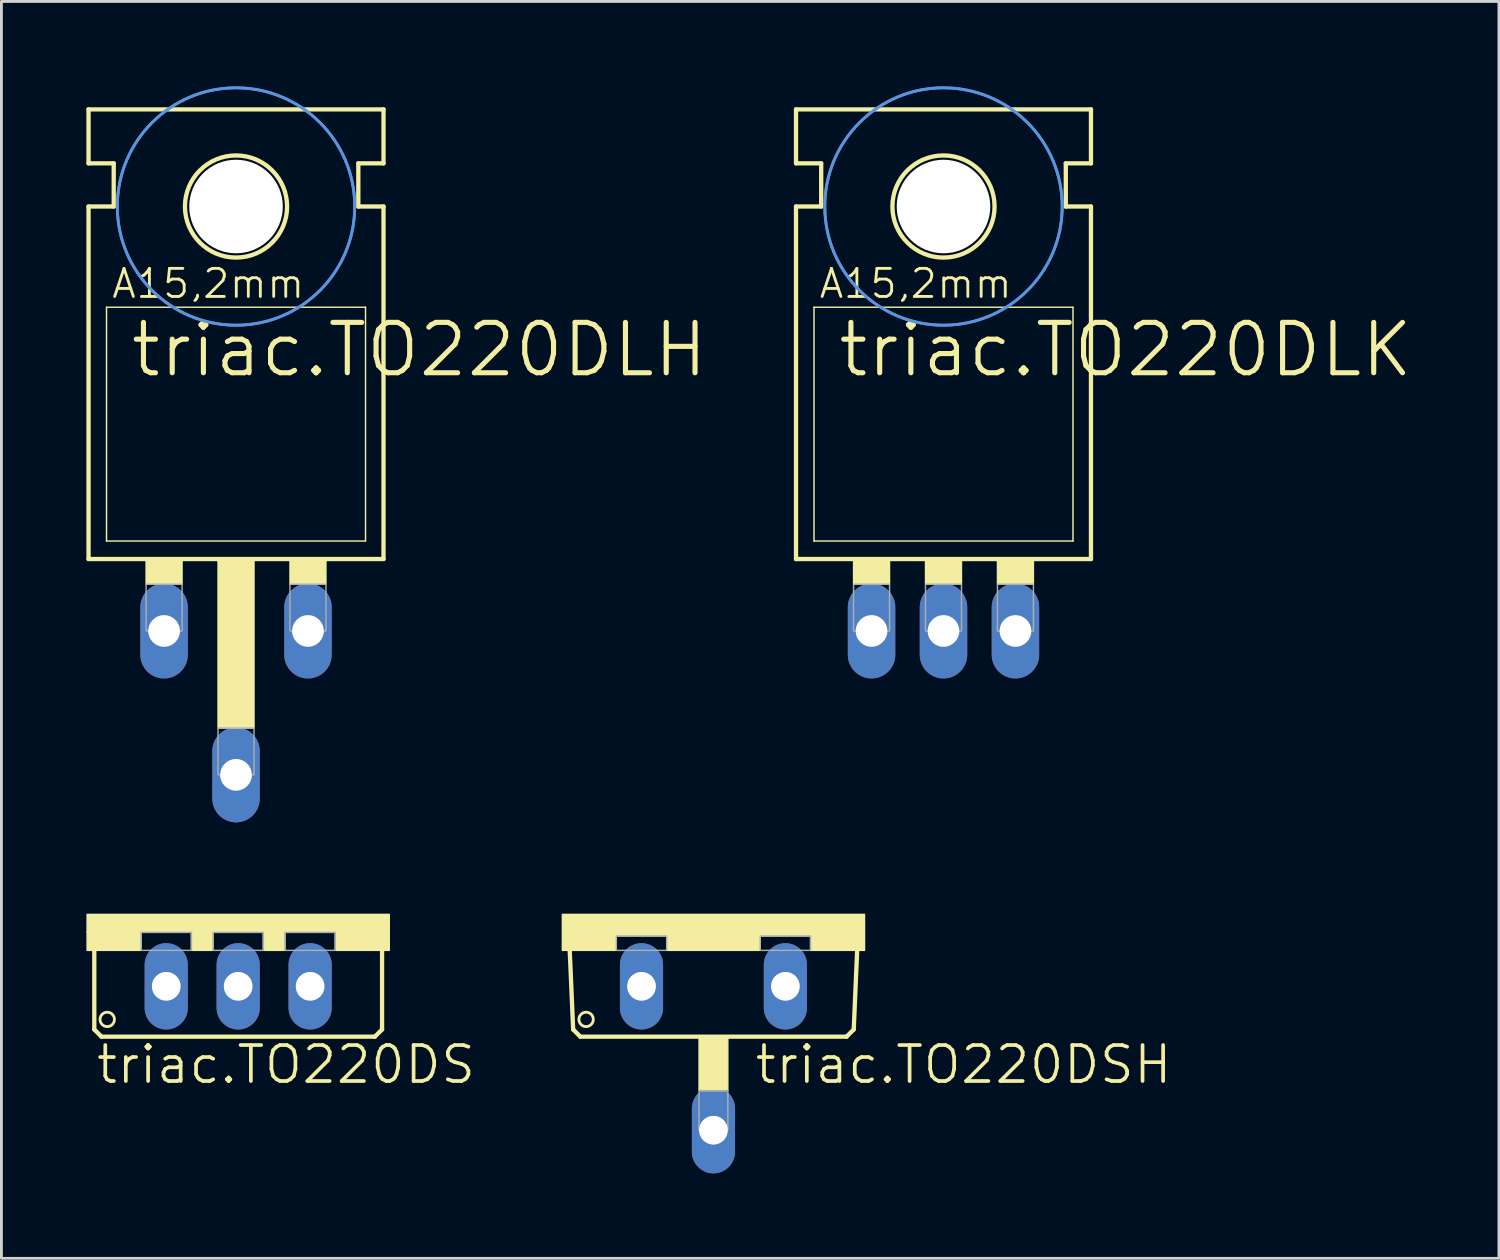
<source format=kicad_pcb>
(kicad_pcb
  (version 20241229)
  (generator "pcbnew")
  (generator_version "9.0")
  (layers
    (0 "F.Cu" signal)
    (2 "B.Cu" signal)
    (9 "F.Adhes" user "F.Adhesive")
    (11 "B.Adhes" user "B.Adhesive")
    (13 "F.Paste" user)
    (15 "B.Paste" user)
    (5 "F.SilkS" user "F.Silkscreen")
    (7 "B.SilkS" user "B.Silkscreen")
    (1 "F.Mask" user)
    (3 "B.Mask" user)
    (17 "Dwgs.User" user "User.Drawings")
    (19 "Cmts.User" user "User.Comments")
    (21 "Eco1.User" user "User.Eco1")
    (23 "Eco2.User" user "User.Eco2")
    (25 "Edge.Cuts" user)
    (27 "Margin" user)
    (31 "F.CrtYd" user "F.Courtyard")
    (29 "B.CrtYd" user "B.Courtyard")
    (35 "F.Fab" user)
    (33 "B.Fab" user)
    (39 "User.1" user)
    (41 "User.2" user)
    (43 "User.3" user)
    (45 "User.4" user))
  (footprint "triac.TO220DS"
    (layer "F.Cu")
    (at 5.359 29.233)
    (property "Reference" "triac.TO220DS" (at -5.08 6.045 0) (layer "F.SilkS") (effects (font (size 1.27 1.27) (thickness 0.13)) (justify left bottom)))
    (attr through_hole)
    (fp_line (start -5.08 4.064) (end -5.08 1.143) (stroke (width 0.152) (type default)) (layer "F.SilkS"))
    (fp_line (start -5.08 4.064) (end -4.826 4.318) (stroke (width 0.152) (type default)) (layer "F.SilkS"))
    (fp_line (start 4.826 4.318) (end -4.826 4.318) (stroke (width 0.152) (type default)) (layer "F.SilkS"))
    (fp_line (start 4.826 4.318) (end 5.08 4.064) (stroke (width 0.152) (type default)) (layer "F.SilkS"))
    (fp_line (start 5.08 1.143) (end 5.08 4.064) (stroke (width 0.152) (type default)) (layer "F.SilkS"))
    (fp_rect (start -5.334 0.635) (end 5.334 0) (stroke (width 0.05) (type default)) (fill yes) (layer "F.SilkS"))
    (fp_rect (start -5.334 1.27) (end -3.429 0.635) (stroke (width 0.05) (type default)) (fill yes) (layer "F.SilkS"))
    (fp_rect (start -1.651 1.27) (end -0.889 0.635) (stroke (width 0.05) (type default)) (fill yes) (layer "F.SilkS"))
    (fp_rect (start 0.889 1.27) (end 1.651 0.635) (stroke (width 0.05) (type default)) (fill yes) (layer "F.SilkS"))
    (fp_rect (start 3.429 1.27) (end 5.334 0.635) (stroke (width 0.05) (type default)) (fill yes) (layer "F.SilkS"))
    (fp_circle (center -4.623 3.708) (end -4.369 3.708) (stroke (width 0.1) (type default)) (fill no) (layer "F.SilkS"))
    (fp_rect (start -3.429 1.27) (end -1.651 0.635) (stroke (width 0.05) (type default)) (fill no) (layer "F.Fab"))
    (fp_rect (start -0.889 1.27) (end 0.889 0.635) (stroke (width 0.05) (type default)) (fill no) (layer "F.Fab"))
    (fp_rect (start 1.651 1.27) (end 3.429 0.635) (stroke (width 0.05) (type default)) (fill no) (layer "F.Fab"))
    (pad "A1" thru_hole oval (at -2.54 2.54 90) (size 3.048 1.524) (drill 1.016) (layers "*.Cu" "*.Mask"))
    (pad "A2" thru_hole oval (at 0 2.54 90) (size 3.048 1.524) (drill 1.016) (layers "*.Cu" "*.Mask"))
    (pad "G" thru_hole oval (at 2.54 2.54 90) (size 3.048 1.524) (drill 1.016) (layers "*.Cu" "*.Mask")))
  (footprint "triac.TO220DLH"
    (layer "F.Cu")
    (at 5.283 15.417)
    (property "Reference" "triac.TO220DLH" (at -3.81 -5.08 0) (layer "F.SilkS") (effects (font (size 1.778 1.778) (thickness 0.18)) (justify left bottom)))
    (attr through_hole)
    (fp_line (start -5.207 -12.7) (end -5.207 -14.605) (stroke (width 0.152) (type default)) (layer "F.SilkS"))
    (fp_line (start -5.207 -11.176) (end -4.318 -11.176) (stroke (width 0.152) (type default)) (layer "F.SilkS"))
    (fp_line (start -5.207 1.27) (end -5.207 -11.176) (stroke (width 0.152) (type default)) (layer "F.SilkS"))
    (fp_line (start -5.207 1.27) (end 5.207 1.27) (stroke (width 0.152) (type default)) (layer "F.SilkS"))
    (fp_line (start -4.572 0.635) (end -4.572 -7.62) (stroke (width 0.051) (type default)) (layer "F.SilkS"))
    (fp_line (start -4.572 0.635) (end 4.572 0.635) (stroke (width 0.051) (type default)) (layer "F.SilkS"))
    (fp_line (start -4.318 -12.7) (end -5.207 -12.7) (stroke (width 0.152) (type default)) (layer "F.SilkS"))
    (fp_line (start -4.318 -11.176) (end -4.318 -12.7) (stroke (width 0.152) (type default)) (layer "F.SilkS"))
    (fp_line (start 4.318 -12.7) (end 5.207 -12.7) (stroke (width 0.152) (type default)) (layer "F.SilkS"))
    (fp_line (start 4.318 -11.176) (end 4.318 -12.7) (stroke (width 0.152) (type default)) (layer "F.SilkS"))
    (fp_line (start 4.572 -7.62) (end -4.572 -7.62) (stroke (width 0.051) (type default)) (layer "F.SilkS"))
    (fp_line (start 4.572 -7.62) (end 4.572 0.635) (stroke (width 0.051) (type default)) (layer "F.SilkS"))
    (fp_line (start 5.207 -14.605) (end -5.207 -14.605) (stroke (width 0.152) (type default)) (layer "F.SilkS"))
    (fp_line (start 5.207 -12.7) (end 5.207 -14.605) (stroke (width 0.152) (type default)) (layer "F.SilkS"))
    (fp_line (start 5.207 -11.176) (end 4.318 -11.176) (stroke (width 0.152) (type default)) (layer "F.SilkS"))
    (fp_line (start 5.207 1.27) (end 5.207 -11.176) (stroke (width 0.152) (type default)) (layer "F.SilkS"))
    (fp_rect (start -3.175 2.159) (end -1.905 1.27) (stroke (width 0.05) (type default)) (fill yes) (layer "F.SilkS"))
    (fp_rect (start -0.635 7.239) (end 0.635 1.27) (stroke (width 0.05) (type default)) (fill yes) (layer "F.SilkS"))
    (fp_rect (start 1.905 2.159) (end 3.175 1.27) (stroke (width 0.05) (type default)) (fill yes) (layer "F.SilkS"))
    (fp_circle (center 0 -11.176) (end 1.803 -11.176) (stroke (width 0.152) (type default)) (fill no) (layer "F.SilkS"))
    (fp_circle (center 0 -11.176) (end 4.191 -11.176) (stroke (width 0.1) (type default)) (fill no) (layer "Cmts.User"))
    (fp_circle (center 0 -11.176) (end 4.191 -11.176) (stroke (width 0.1) (type default)) (fill no) (layer "Cmts.User"))
    (fp_rect (start -3.175 3.81) (end -1.905 2.159) (stroke (width 0.05) (type default)) (fill no) (layer "F.Fab"))
    (fp_rect (start -0.635 8.89) (end 0.635 7.239) (stroke (width 0.05) (type default)) (fill no) (layer "F.Fab"))
    (fp_rect (start 1.905 3.81) (end 3.175 2.159) (stroke (width 0.05) (type default)) (fill no) (layer "F.Fab"))
    (fp_text user "A15,2mm" (at -4.445 -7.874 0) (layer "F.SilkS") (effects (font (size 0.991 0.991) (thickness 0.1)) (justify left bottom)))
    (pad "" np_thru_hole circle (at 0 -11.176) (size 3.302 3.302) (drill 3.302) (layers "*.Cu" "*.Mask"))
    (pad "A1" thru_hole oval (at -2.54 3.81 90) (size 3.353 1.676) (drill 1.118) (layers "*.Cu" "*.Mask"))
    (pad "A2" thru_hole oval (at 0 8.89 90) (size 3.353 1.676) (drill 1.118) (layers "*.Cu" "*.Mask"))
    (pad "G" thru_hole oval (at 2.54 3.81 90) (size 3.353 1.676) (drill 1.118) (layers "*.Cu" "*.Mask")))
  (footprint "triac.TO220DLK"
    (layer "F.Cu")
    (at 30.261 15.417)
    (property "Reference" "triac.TO220DLK" (at -3.81 -5.08 0) (layer "F.SilkS") (effects (font (size 1.778 1.778) (thickness 0.18)) (justify left bottom)))
    (attr through_hole)
    (fp_line (start -5.207 -12.7) (end -5.207 -14.605) (stroke (width 0.152) (type default)) (layer "F.SilkS"))
    (fp_line (start -5.207 -11.176) (end -4.318 -11.176) (stroke (width 0.152) (type default)) (layer "F.SilkS"))
    (fp_line (start -5.207 1.27) (end -5.207 -11.176) (stroke (width 0.152) (type default)) (layer "F.SilkS"))
    (fp_line (start -5.207 1.27) (end 5.207 1.27) (stroke (width 0.152) (type default)) (layer "F.SilkS"))
    (fp_line (start -4.572 0.635) (end -4.572 -7.62) (stroke (width 0.051) (type default)) (layer "F.SilkS"))
    (fp_line (start -4.572 0.635) (end 4.572 0.635) (stroke (width 0.051) (type default)) (layer "F.SilkS"))
    (fp_line (start -4.318 -12.7) (end -5.207 -12.7) (stroke (width 0.152) (type default)) (layer "F.SilkS"))
    (fp_line (start -4.318 -11.176) (end -4.318 -12.7) (stroke (width 0.152) (type default)) (layer "F.SilkS"))
    (fp_line (start 4.318 -12.7) (end 5.207 -12.7) (stroke (width 0.152) (type default)) (layer "F.SilkS"))
    (fp_line (start 4.318 -11.176) (end 4.318 -12.7) (stroke (width 0.152) (type default)) (layer "F.SilkS"))
    (fp_line (start 4.572 -7.62) (end -4.572 -7.62) (stroke (width 0.051) (type default)) (layer "F.SilkS"))
    (fp_line (start 4.572 -7.62) (end 4.572 0.635) (stroke (width 0.051) (type default)) (layer "F.SilkS"))
    (fp_line (start 5.207 -14.605) (end -5.207 -14.605) (stroke (width 0.152) (type default)) (layer "F.SilkS"))
    (fp_line (start 5.207 -12.7) (end 5.207 -14.605) (stroke (width 0.152) (type default)) (layer "F.SilkS"))
    (fp_line (start 5.207 -11.176) (end 4.318 -11.176) (stroke (width 0.152) (type default)) (layer "F.SilkS"))
    (fp_line (start 5.207 1.27) (end 5.207 -11.176) (stroke (width 0.152) (type default)) (layer "F.SilkS"))
    (fp_rect (start -3.175 2.159) (end -1.905 1.27) (stroke (width 0.05) (type default)) (fill yes) (layer "F.SilkS"))
    (fp_rect (start -0.635 2.159) (end 0.635 1.27) (stroke (width 0.05) (type default)) (fill yes) (layer "F.SilkS"))
    (fp_rect (start 1.905 2.159) (end 3.175 1.27) (stroke (width 0.05) (type default)) (fill yes) (layer "F.SilkS"))
    (fp_circle (center 0 -11.176) (end 1.803 -11.176) (stroke (width 0.152) (type default)) (fill no) (layer "F.SilkS"))
    (fp_circle (center 0 -11.176) (end 4.191 -11.176) (stroke (width 0.1) (type default)) (fill no) (layer "Cmts.User"))
    (fp_circle (center 0 -11.176) (end 4.191 -11.176) (stroke (width 0.1) (type default)) (fill no) (layer "Cmts.User"))
    (fp_rect (start -3.175 3.81) (end -1.905 2.159) (stroke (width 0.05) (type default)) (fill no) (layer "F.Fab"))
    (fp_rect (start -0.635 3.81) (end 0.635 2.159) (stroke (width 0.05) (type default)) (fill no) (layer "F.Fab"))
    (fp_rect (start 1.905 3.81) (end 3.175 2.159) (stroke (width 0.05) (type default)) (fill no) (layer "F.Fab"))
    (fp_text user "A15,2mm" (at -4.445 -7.874 0) (layer "F.SilkS") (effects (font (size 0.991 0.991) (thickness 0.1)) (justify left bottom)))
    (pad "" np_thru_hole circle (at 0 -11.176) (size 3.302 3.302) (drill 3.302) (layers "*.Cu" "*.Mask"))
    (pad "A1" thru_hole oval (at -2.54 3.81 90) (size 3.353 1.676) (drill 1.118) (layers "*.Cu" "*.Mask"))
    (pad "A2" thru_hole oval (at 0 3.81 90) (size 3.353 1.676) (drill 1.118) (layers "*.Cu" "*.Mask"))
    (pad "G" thru_hole oval (at 2.54 3.81 90) (size 3.353 1.676) (drill 1.118) (layers "*.Cu" "*.Mask")))
  (footprint "triac.TO220DSH"
    (layer "F.Cu")
    (at 22.139 29.233)
    (property "Reference" "triac.TO220DSH" (at 1.397 6.045 0) (layer "F.SilkS") (effects (font (size 1.27 1.27) (thickness 0.13)) (justify left bottom)))
    (attr through_hole)
    (fp_line (start -4.953 4.064) (end -5.08 1.143) (stroke (width 0.152) (type default)) (layer "F.SilkS"))
    (fp_line (start -4.953 4.064) (end -4.699 4.318) (stroke (width 0.152) (type default)) (layer "F.SilkS"))
    (fp_line (start 4.699 4.318) (end -4.699 4.318) (stroke (width 0.152) (type default)) (layer "F.SilkS"))
    (fp_line (start 4.699 4.318) (end 4.953 4.064) (stroke (width 0.152) (type default)) (layer "F.SilkS"))
    (fp_line (start 5.08 1.143) (end 4.953 4.064) (stroke (width 0.152) (type default)) (layer "F.SilkS"))
    (fp_rect (start -5.334 0.762) (end 5.334 0) (stroke (width 0.05) (type default)) (fill yes) (layer "F.SilkS"))
    (fp_rect (start -5.334 1.27) (end -3.429 0.762) (stroke (width 0.05) (type default)) (fill yes) (layer "F.SilkS"))
    (fp_rect (start -1.651 1.27) (end 1.651 0.762) (stroke (width 0.05) (type default)) (fill yes) (layer "F.SilkS"))
    (fp_rect (start -0.508 6.223) (end 0.508 4.318) (stroke (width 0.05) (type default)) (fill yes) (layer "F.SilkS"))
    (fp_rect (start 3.429 1.27) (end 5.334 0.762) (stroke (width 0.05) (type default)) (fill yes) (layer "F.SilkS"))
    (fp_circle (center -4.496 3.708) (end -4.242 3.708) (stroke (width 0.1) (type default)) (fill no) (layer "F.SilkS"))
    (fp_rect (start -3.429 1.27) (end -1.651 0.762) (stroke (width 0.05) (type default)) (fill no) (layer "F.Fab"))
    (fp_rect (start -0.508 7.62) (end 0.508 6.223) (stroke (width 0.05) (type default)) (fill no) (layer "F.Fab"))
    (fp_rect (start 1.651 1.27) (end 3.429 0.762) (stroke (width 0.05) (type default)) (fill no) (layer "F.Fab"))
    (pad "A1" thru_hole oval (at -2.54 2.54 90) (size 3.048 1.524) (drill 1.016) (layers "*.Cu" "*.Mask"))
    (pad "A2" thru_hole oval (at 0 7.62 90) (size 3.048 1.524) (drill 1.016) (layers "*.Cu" "*.Mask"))
    (pad "G" thru_hole oval (at 2.54 2.54 90) (size 3.048 1.524) (drill 1.016) (layers "*.Cu" "*.Mask")))
  (gr_rect
    (start -3 -3)
    (end 49.871 41.377)
    (stroke (width 0.1) (type default))
    (fill no)
    (layer "Edge.Cuts")))
</source>
